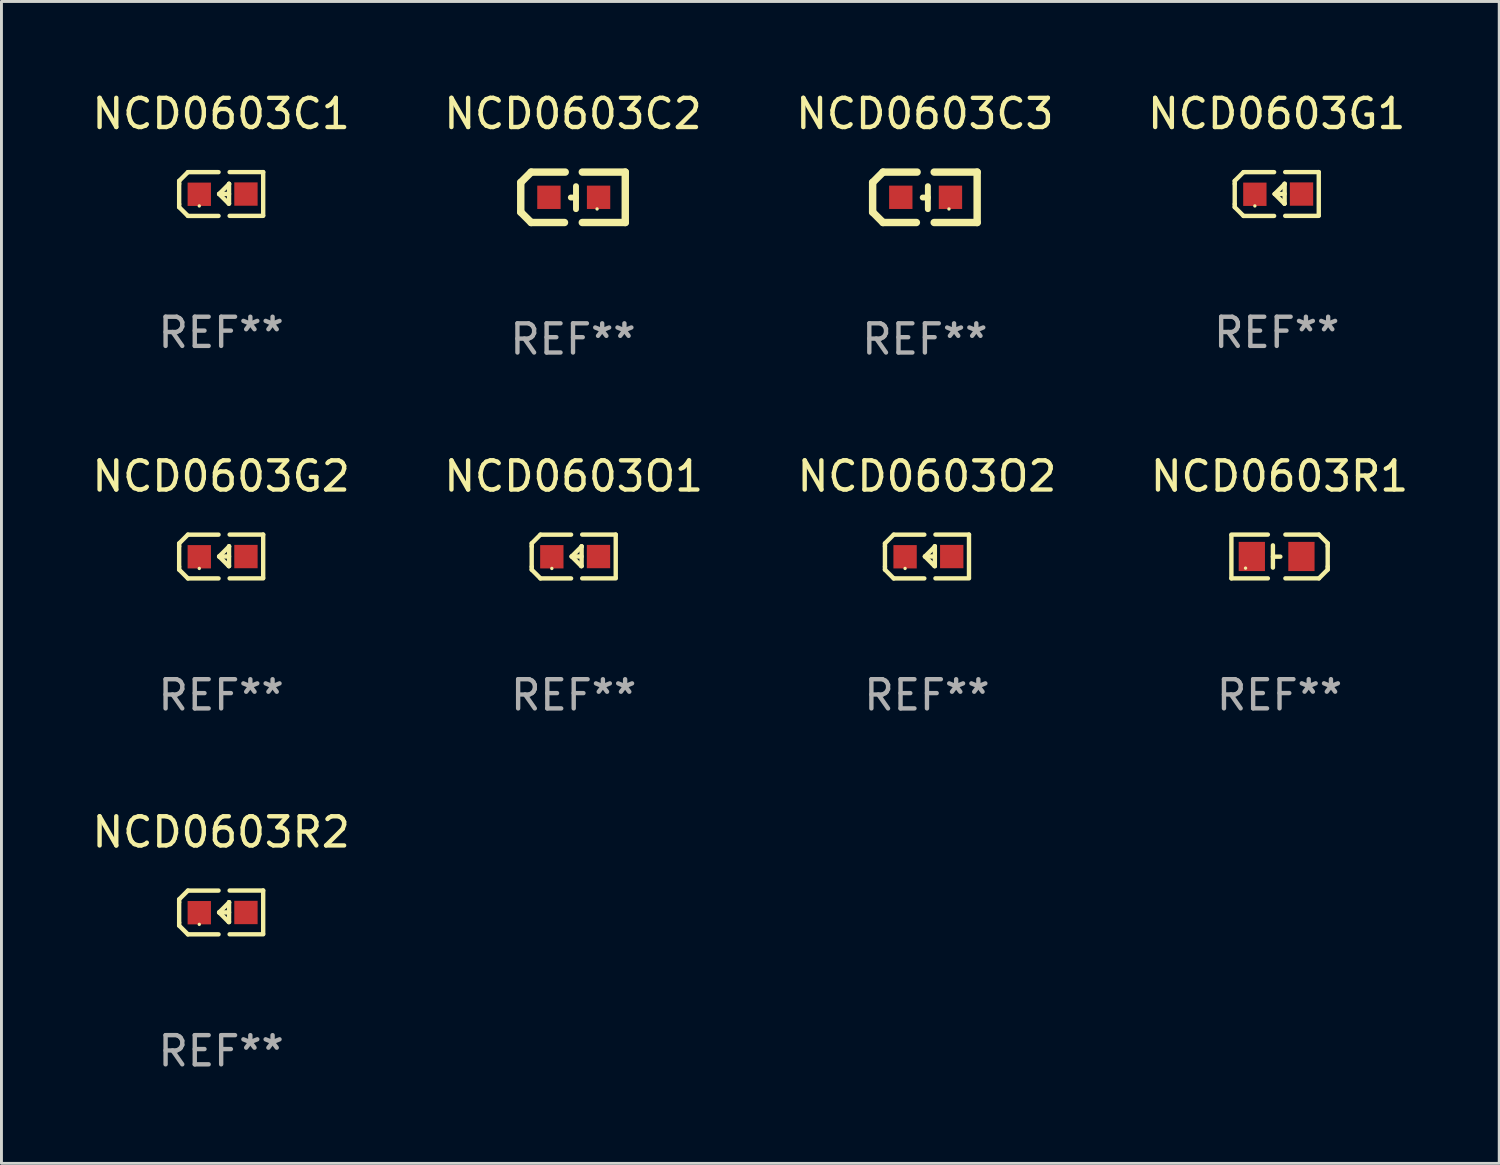
<source format=kicad_pcb>
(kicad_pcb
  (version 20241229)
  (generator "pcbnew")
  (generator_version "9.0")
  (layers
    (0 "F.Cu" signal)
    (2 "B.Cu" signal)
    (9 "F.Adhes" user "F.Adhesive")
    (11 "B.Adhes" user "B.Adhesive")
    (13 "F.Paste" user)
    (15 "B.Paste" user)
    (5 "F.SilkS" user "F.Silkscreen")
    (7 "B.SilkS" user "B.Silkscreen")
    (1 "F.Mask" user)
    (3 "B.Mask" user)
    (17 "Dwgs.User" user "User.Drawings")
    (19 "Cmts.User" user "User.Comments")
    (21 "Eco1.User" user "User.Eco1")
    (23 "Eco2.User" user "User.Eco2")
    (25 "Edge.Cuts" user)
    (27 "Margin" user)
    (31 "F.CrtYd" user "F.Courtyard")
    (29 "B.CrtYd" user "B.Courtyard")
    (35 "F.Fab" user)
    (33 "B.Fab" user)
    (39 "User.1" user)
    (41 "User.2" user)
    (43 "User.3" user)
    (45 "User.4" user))
  (footprint "NCD0603G2"
    (layer "F.Cu")
    (at 4.53 16.023)
    (property "Reference" "NCD0603G2" (at 0 -2.751 0) (layer "F.SilkS") (effects (font (size 1 1) (thickness 0.15))))
    (attr through_hole)
    (fp_line (start -1.44 -0.449) (end -1.14 -0.749) (stroke (width 0.15) (type solid)) (layer "F.SilkS"))
    (fp_line (start -1.44 -0.349) (end -1.44 -0.449) (stroke (width 0.15) (type solid)) (layer "F.SilkS"))
    (fp_line (start -1.44 -0.349) (end -1.44 0.351) (stroke (width 0.15) (type solid)) (layer "F.SilkS"))
    (fp_line (start -1.44 0.351) (end -1.44 0.451) (stroke (width 0.15) (type solid)) (layer "F.SilkS"))
    (fp_line (start -1.44 0.451) (end -1.14 0.751) (stroke (width 0.15) (type solid)) (layer "F.SilkS"))
    (fp_line (start -0.09 -0.749) (end -1.14 -0.749) (stroke (width 0.15) (type solid)) (layer "F.SilkS"))
    (fp_line (start -0.09 0.751) (end -1.14 0.751) (stroke (width 0.15) (type solid)) (layer "F.SilkS"))
    (fp_line (start 0.26 0.329) (end -0.07 -0.001) (stroke (width 0.15) (type solid)) (layer "F.SilkS"))
    (fp_line (start 0.27 -0.351) (end 0.27 -0.341) (stroke (width 0.15) (type solid)) (layer "F.SilkS"))
    (fp_line (start 0.27 -0.351) (end 0.27 0.329) (stroke (width 0.15) (type solid)) (layer "F.SilkS"))
    (fp_line (start 0.27 -0.341) (end -0.07 -0.001) (stroke (width 0.15) (type solid)) (layer "F.SilkS"))
    (fp_line (start 0.27 -0.001) (end -0.07 -0.001) (stroke (width 0.15) (type solid)) (layer "F.SilkS"))
    (fp_line (start 0.27 0.329) (end 0.26 0.329) (stroke (width 0.15) (type solid)) (layer "F.SilkS"))
    (fp_line (start 0.29 -0.751) (end 1.44 -0.751) (stroke (width 0.15) (type solid)) (layer "F.SilkS"))
    (fp_line (start 0.29 0.749) (end 1.44 0.749) (stroke (width 0.15) (type solid)) (layer "F.SilkS"))
    (fp_line (start 1.44 -0.751) (end 1.44 0.729) (stroke (width 0.15) (type solid)) (layer "F.SilkS"))
    (fp_circle (center -0.75 0.409) (end -0.72 0.409) (stroke (width 0.06) (type solid)) (fill no) (layer "F.SilkS"))
    (fp_text user "REF**" (at 0 4.751 0) (layer "F.Fab") (effects (font (size 1 1) (thickness 0.15))))
    (pad "1" smd rect (at -0.75 0.009 90) (size 0.8 0.8) (layers "F.Cu" "F.Mask" "F.Paste"))
    (pad "2" smd rect (at 0.849 0.002 90) (size 0.8 0.8) (layers "F.Cu" "F.Mask" "F.Paste")))
  (footprint "NCD0603G1"
    (layer "F.Cu")
    (at 40.708 3.599)
    (property "Reference" "NCD0603G1" (at 0 -2.751 0) (layer "F.SilkS") (effects (font (size 1 1) (thickness 0.15))))
    (attr through_hole)
    (fp_line (start -1.44 -0.449) (end -1.14 -0.749) (stroke (width 0.15) (type solid)) (layer "F.SilkS"))
    (fp_line (start -1.44 -0.349) (end -1.44 -0.449) (stroke (width 0.15) (type solid)) (layer "F.SilkS"))
    (fp_line (start -1.44 -0.349) (end -1.44 0.351) (stroke (width 0.15) (type solid)) (layer "F.SilkS"))
    (fp_line (start -1.44 0.351) (end -1.44 0.451) (stroke (width 0.15) (type solid)) (layer "F.SilkS"))
    (fp_line (start -1.44 0.451) (end -1.14 0.751) (stroke (width 0.15) (type solid)) (layer "F.SilkS"))
    (fp_line (start -0.09 -0.749) (end -1.14 -0.749) (stroke (width 0.15) (type solid)) (layer "F.SilkS"))
    (fp_line (start -0.09 0.751) (end -1.14 0.751) (stroke (width 0.15) (type solid)) (layer "F.SilkS"))
    (fp_line (start 0.26 0.329) (end -0.07 -0.001) (stroke (width 0.15) (type solid)) (layer "F.SilkS"))
    (fp_line (start 0.27 -0.351) (end 0.27 -0.341) (stroke (width 0.15) (type solid)) (layer "F.SilkS"))
    (fp_line (start 0.27 -0.351) (end 0.27 0.329) (stroke (width 0.15) (type solid)) (layer "F.SilkS"))
    (fp_line (start 0.27 -0.341) (end -0.07 -0.001) (stroke (width 0.15) (type solid)) (layer "F.SilkS"))
    (fp_line (start 0.27 -0.001) (end -0.07 -0.001) (stroke (width 0.15) (type solid)) (layer "F.SilkS"))
    (fp_line (start 0.27 0.329) (end 0.26 0.329) (stroke (width 0.15) (type solid)) (layer "F.SilkS"))
    (fp_line (start 0.29 -0.751) (end 1.44 -0.751) (stroke (width 0.15) (type solid)) (layer "F.SilkS"))
    (fp_line (start 0.29 0.749) (end 1.44 0.749) (stroke (width 0.15) (type solid)) (layer "F.SilkS"))
    (fp_line (start 1.44 -0.751) (end 1.44 0.729) (stroke (width 0.15) (type solid)) (layer "F.SilkS"))
    (fp_circle (center -0.75 0.409) (end -0.72 0.409) (stroke (width 0.06) (type solid)) (fill no) (layer "F.SilkS"))
    (fp_text user "REF**" (at 0 4.751 0) (layer "F.Fab") (effects (font (size 1 1) (thickness 0.15))))
    (pad "1" smd rect (at -0.75 0.009 90) (size 0.8 0.8) (layers "F.Cu" "F.Mask" "F.Paste"))
    (pad "2" smd rect (at 0.849 0.002 90) (size 0.8 0.8) (layers "F.Cu" "F.Mask" "F.Paste")))
  (footprint "NCD0603O2"
    (layer "F.Cu")
    (at 28.72 16.023)
    (property "Reference" "NCD0603O2" (at 0 -2.751 0) (layer "F.SilkS") (effects (font (size 1 1) (thickness 0.15))))
    (attr through_hole)
    (fp_line (start -1.44 -0.449) (end -1.14 -0.749) (stroke (width 0.15) (type solid)) (layer "F.SilkS"))
    (fp_line (start -1.44 -0.349) (end -1.44 -0.449) (stroke (width 0.15) (type solid)) (layer "F.SilkS"))
    (fp_line (start -1.44 -0.349) (end -1.44 0.351) (stroke (width 0.15) (type solid)) (layer "F.SilkS"))
    (fp_line (start -1.44 0.351) (end -1.44 0.451) (stroke (width 0.15) (type solid)) (layer "F.SilkS"))
    (fp_line (start -1.44 0.451) (end -1.14 0.751) (stroke (width 0.15) (type solid)) (layer "F.SilkS"))
    (fp_line (start -0.09 -0.749) (end -1.14 -0.749) (stroke (width 0.15) (type solid)) (layer "F.SilkS"))
    (fp_line (start -0.09 0.751) (end -1.14 0.751) (stroke (width 0.15) (type solid)) (layer "F.SilkS"))
    (fp_line (start 0.26 0.329) (end -0.07 -0.001) (stroke (width 0.15) (type solid)) (layer "F.SilkS"))
    (fp_line (start 0.27 -0.351) (end 0.27 -0.341) (stroke (width 0.15) (type solid)) (layer "F.SilkS"))
    (fp_line (start 0.27 -0.351) (end 0.27 0.329) (stroke (width 0.15) (type solid)) (layer "F.SilkS"))
    (fp_line (start 0.27 -0.341) (end -0.07 -0.001) (stroke (width 0.15) (type solid)) (layer "F.SilkS"))
    (fp_line (start 0.27 -0.001) (end -0.07 -0.001) (stroke (width 0.15) (type solid)) (layer "F.SilkS"))
    (fp_line (start 0.27 0.329) (end 0.26 0.329) (stroke (width 0.15) (type solid)) (layer "F.SilkS"))
    (fp_line (start 0.29 -0.751) (end 1.44 -0.751) (stroke (width 0.15) (type solid)) (layer "F.SilkS"))
    (fp_line (start 0.29 0.749) (end 1.44 0.749) (stroke (width 0.15) (type solid)) (layer "F.SilkS"))
    (fp_line (start 1.44 -0.751) (end 1.44 0.729) (stroke (width 0.15) (type solid)) (layer "F.SilkS"))
    (fp_circle (center -0.75 0.409) (end -0.72 0.409) (stroke (width 0.06) (type solid)) (fill no) (layer "F.SilkS"))
    (fp_text user "REF**" (at 0 4.751 0) (layer "F.Fab") (effects (font (size 1 1) (thickness 0.15))))
    (pad "1" smd rect (at -0.75 0.009 90) (size 0.8 0.8) (layers "F.Cu" "F.Mask" "F.Paste"))
    (pad "2" smd rect (at 0.849 0.002 90) (size 0.8 0.8) (layers "F.Cu" "F.Mask" "F.Paste")))
  (footprint "NCD0603R1"
    (layer "F.Cu")
    (at 40.804 16.022)
    (property "Reference" "NCD0603R1" (at 0 -2.75 0) (layer "F.SilkS") (effects (font (size 1 1) (thickness 0.15))))
    (attr through_hole)
    (fp_line (start -1.65 0.75) (end -1.65 -0.73) (stroke (width 0.15) (type solid)) (layer "F.SilkS"))
    (fp_line (start -0.4 -0.75) (end -1.65 -0.75) (stroke (width 0.15) (type solid)) (layer "F.SilkS"))
    (fp_line (start -0.4 0.75) (end -1.65 0.75) (stroke (width 0.15) (type solid)) (layer "F.SilkS"))
    (fp_line (start -0.227 -0.381) (end -0.227 0.381) (stroke (width 0.15) (type solid)) (layer "F.SilkS"))
    (fp_line (start -0.227 0.006) (end 0.027 0.006) (stroke (width 0.15) (type solid)) (layer "F.SilkS"))
    (fp_line (start 0.2 -0.75) (end 1.35 -0.75) (stroke (width 0.15) (type solid)) (layer "F.SilkS"))
    (fp_line (start 0.2 0.75) (end 1.35 0.75) (stroke (width 0.15) (type solid)) (layer "F.SilkS"))
    (fp_line (start 1.65 -0.45) (end 1.35 -0.75) (stroke (width 0.15) (type solid)) (layer "F.SilkS"))
    (fp_line (start 1.65 -0.35) (end 1.65 -0.45) (stroke (width 0.15) (type solid)) (layer "F.SilkS"))
    (fp_line (start 1.65 0.35) (end 1.65 -0.35) (stroke (width 0.15) (type solid)) (layer "F.SilkS"))
    (fp_line (start 1.65 0.35) (end 1.65 0.45) (stroke (width 0.15) (type solid)) (layer "F.SilkS"))
    (fp_line (start 1.65 0.45) (end 1.35 0.75) (stroke (width 0.15) (type solid)) (layer "F.SilkS"))
    (fp_circle (center -1.165 0.4) (end -1.135 0.4) (stroke (width 0.06) (type solid)) (fill no) (layer "F.SilkS"))
    (fp_text user "REF**" (at 0 4.75 0) (layer "F.Fab") (effects (font (size 1 1) (thickness 0.15))))
    (pad "1" smd rect (at -0.95 0.000025 270) (size 1 0.9) (layers "F.Cu" "F.Mask" "F.Paste"))
    (pad "2" smd rect (at 0.75 0.000025 270) (size 1 0.9) (layers "F.Cu" "F.Mask" "F.Paste")))
  (footprint "NCD0603C2"
    (layer "F.Cu")
    (at 16.589 3.712)
    (property "Reference" "NCD0603C2" (at 0 -2.864 0) (layer "F.SilkS") (effects (font (size 1 1) (thickness 0.15))))
    (attr through_hole)
    (fp_line (start -1.791 -0.508) (end -1.435 -0.864) (stroke (width 0.254) (type solid)) (layer "F.SilkS"))
    (fp_line (start -1.791 0.508) (end -1.791 -0.508) (stroke (width 0.254) (type solid)) (layer "F.SilkS"))
    (fp_line (start -1.435 0.864) (end -1.791 0.508) (stroke (width 0.254) (type solid)) (layer "F.SilkS"))
    (fp_line (start -0.292 0.864) (end -1.435 0.864) (stroke (width 0.254) (type solid)) (layer "F.SilkS"))
    (fp_line (start -0.267 -0.864) (end -1.435 -0.864) (stroke (width 0.254) (type solid)) (layer "F.SilkS"))
    (fp_line (start 0.102 0.008) (end -0.074 0.008) (stroke (width 0.203) (type solid)) (layer "F.SilkS"))
    (fp_line (start 0.102 0.406) (end 0.102 -0.381) (stroke (width 0.203) (type solid)) (layer "F.SilkS"))
    (fp_line (start 1.791 -0.864) (end 0.318 -0.864) (stroke (width 0.254) (type solid)) (layer "F.SilkS"))
    (fp_line (start 1.791 0.864) (end 0.318 0.864) (stroke (width 0.254) (type solid)) (layer "F.SilkS"))
    (fp_line (start 1.791 0.864) (end 1.791 -0.864) (stroke (width 0.254) (type solid)) (layer "F.SilkS"))
    (fp_circle (center 0.825 0.4) (end 0.855 0.4) (stroke (width 0.06) (type solid)) (fill no) (layer "F.SilkS"))
    (fp_text user "REF**" (at 0 4.864 0) (layer "F.Fab") (effects (font (size 1 1) (thickness 0.15))))
    (pad "1" smd rect (at 0.876 0 90) (size 0.8 0.8) (layers "F.Cu" "F.Mask" "F.Paste"))
    (pad "2" smd rect (at -0.826 0 90) (size 0.8 0.8) (layers "F.Cu" "F.Mask" "F.Paste")))
  (footprint "NCD0603C3"
    (layer "F.Cu")
    (at 28.649 3.712)
    (property "Reference" "NCD0603C3" (at 0 -2.864 0) (layer "F.SilkS") (effects (font (size 1 1) (thickness 0.15))))
    (attr through_hole)
    (fp_line (start -1.791 -0.508) (end -1.435 -0.864) (stroke (width 0.254) (type solid)) (layer "F.SilkS"))
    (fp_line (start -1.791 0.508) (end -1.791 -0.508) (stroke (width 0.254) (type solid)) (layer "F.SilkS"))
    (fp_line (start -1.435 0.864) (end -1.791 0.508) (stroke (width 0.254) (type solid)) (layer "F.SilkS"))
    (fp_line (start -0.292 0.864) (end -1.435 0.864) (stroke (width 0.254) (type solid)) (layer "F.SilkS"))
    (fp_line (start -0.267 -0.864) (end -1.435 -0.864) (stroke (width 0.254) (type solid)) (layer "F.SilkS"))
    (fp_line (start 0.102 0.008) (end -0.074 0.008) (stroke (width 0.203) (type solid)) (layer "F.SilkS"))
    (fp_line (start 0.102 0.406) (end 0.102 -0.381) (stroke (width 0.203) (type solid)) (layer "F.SilkS"))
    (fp_line (start 1.791 -0.864) (end 0.318 -0.864) (stroke (width 0.254) (type solid)) (layer "F.SilkS"))
    (fp_line (start 1.791 0.864) (end 0.318 0.864) (stroke (width 0.254) (type solid)) (layer "F.SilkS"))
    (fp_line (start 1.791 0.864) (end 1.791 -0.864) (stroke (width 0.254) (type solid)) (layer "F.SilkS"))
    (fp_circle (center 0.825 0.4) (end 0.855 0.4) (stroke (width 0.06) (type solid)) (fill no) (layer "F.SilkS"))
    (fp_text user "REF**" (at 0 4.864 0) (layer "F.Fab") (effects (font (size 1 1) (thickness 0.15))))
    (pad "1" smd rect (at 0.876 0 90) (size 0.8 0.8) (layers "F.Cu" "F.Mask" "F.Paste"))
    (pad "2" smd rect (at -0.826 0 90) (size 0.8 0.8) (layers "F.Cu" "F.Mask" "F.Paste")))
  (footprint "NCD0603O1"
    (layer "F.Cu")
    (at 16.613 16.023)
    (property "Reference" "NCD0603O1" (at 0 -2.751 0) (layer "F.SilkS") (effects (font (size 1 1) (thickness 0.15))))
    (attr through_hole)
    (fp_line (start -1.44 -0.449) (end -1.14 -0.749) (stroke (width 0.15) (type solid)) (layer "F.SilkS"))
    (fp_line (start -1.44 -0.349) (end -1.44 -0.449) (stroke (width 0.15) (type solid)) (layer "F.SilkS"))
    (fp_line (start -1.44 -0.349) (end -1.44 0.351) (stroke (width 0.15) (type solid)) (layer "F.SilkS"))
    (fp_line (start -1.44 0.351) (end -1.44 0.451) (stroke (width 0.15) (type solid)) (layer "F.SilkS"))
    (fp_line (start -1.44 0.451) (end -1.14 0.751) (stroke (width 0.15) (type solid)) (layer "F.SilkS"))
    (fp_line (start -0.09 -0.749) (end -1.14 -0.749) (stroke (width 0.15) (type solid)) (layer "F.SilkS"))
    (fp_line (start -0.09 0.751) (end -1.14 0.751) (stroke (width 0.15) (type solid)) (layer "F.SilkS"))
    (fp_line (start 0.26 0.329) (end -0.07 -0.001) (stroke (width 0.15) (type solid)) (layer "F.SilkS"))
    (fp_line (start 0.27 -0.351) (end 0.27 -0.341) (stroke (width 0.15) (type solid)) (layer "F.SilkS"))
    (fp_line (start 0.27 -0.351) (end 0.27 0.329) (stroke (width 0.15) (type solid)) (layer "F.SilkS"))
    (fp_line (start 0.27 -0.341) (end -0.07 -0.001) (stroke (width 0.15) (type solid)) (layer "F.SilkS"))
    (fp_line (start 0.27 -0.001) (end -0.07 -0.001) (stroke (width 0.15) (type solid)) (layer "F.SilkS"))
    (fp_line (start 0.27 0.329) (end 0.26 0.329) (stroke (width 0.15) (type solid)) (layer "F.SilkS"))
    (fp_line (start 0.29 -0.751) (end 1.44 -0.751) (stroke (width 0.15) (type solid)) (layer "F.SilkS"))
    (fp_line (start 0.29 0.749) (end 1.44 0.749) (stroke (width 0.15) (type solid)) (layer "F.SilkS"))
    (fp_line (start 1.44 -0.751) (end 1.44 0.729) (stroke (width 0.15) (type solid)) (layer "F.SilkS"))
    (fp_circle (center -0.75 0.409) (end -0.72 0.409) (stroke (width 0.06) (type solid)) (fill no) (layer "F.SilkS"))
    (fp_text user "REF**" (at 0 4.751 0) (layer "F.Fab") (effects (font (size 1 1) (thickness 0.15))))
    (pad "1" smd rect (at -0.75 0.009 90) (size 0.8 0.8) (layers "F.Cu" "F.Mask" "F.Paste"))
    (pad "2" smd rect (at 0.849 0.002 90) (size 0.8 0.8) (layers "F.Cu" "F.Mask" "F.Paste")))
  (footprint "NCD0603C1"
    (layer "F.Cu")
    (at 4.53 3.599)
    (property "Reference" "NCD0603C1" (at 0 -2.751 0) (layer "F.SilkS") (effects (font (size 1 1) (thickness 0.15))))
    (attr through_hole)
    (fp_line (start -1.44 -0.449) (end -1.14 -0.749) (stroke (width 0.15) (type solid)) (layer "F.SilkS"))
    (fp_line (start -1.44 -0.349) (end -1.44 -0.449) (stroke (width 0.15) (type solid)) (layer "F.SilkS"))
    (fp_line (start -1.44 -0.349) (end -1.44 0.351) (stroke (width 0.15) (type solid)) (layer "F.SilkS"))
    (fp_line (start -1.44 0.351) (end -1.44 0.451) (stroke (width 0.15) (type solid)) (layer "F.SilkS"))
    (fp_line (start -1.44 0.451) (end -1.14 0.751) (stroke (width 0.15) (type solid)) (layer "F.SilkS"))
    (fp_line (start -0.09 -0.749) (end -1.14 -0.749) (stroke (width 0.15) (type solid)) (layer "F.SilkS"))
    (fp_line (start -0.09 0.751) (end -1.14 0.751) (stroke (width 0.15) (type solid)) (layer "F.SilkS"))
    (fp_line (start 0.26 0.329) (end -0.07 -0.001) (stroke (width 0.15) (type solid)) (layer "F.SilkS"))
    (fp_line (start 0.27 -0.351) (end 0.27 -0.341) (stroke (width 0.15) (type solid)) (layer "F.SilkS"))
    (fp_line (start 0.27 -0.351) (end 0.27 0.329) (stroke (width 0.15) (type solid)) (layer "F.SilkS"))
    (fp_line (start 0.27 -0.341) (end -0.07 -0.001) (stroke (width 0.15) (type solid)) (layer "F.SilkS"))
    (fp_line (start 0.27 -0.001) (end -0.07 -0.001) (stroke (width 0.15) (type solid)) (layer "F.SilkS"))
    (fp_line (start 0.27 0.329) (end 0.26 0.329) (stroke (width 0.15) (type solid)) (layer "F.SilkS"))
    (fp_line (start 0.29 -0.751) (end 1.44 -0.751) (stroke (width 0.15) (type solid)) (layer "F.SilkS"))
    (fp_line (start 0.29 0.749) (end 1.44 0.749) (stroke (width 0.15) (type solid)) (layer "F.SilkS"))
    (fp_line (start 1.44 -0.751) (end 1.44 0.729) (stroke (width 0.15) (type solid)) (layer "F.SilkS"))
    (fp_circle (center -0.75 0.409) (end -0.72 0.409) (stroke (width 0.06) (type solid)) (fill no) (layer "F.SilkS"))
    (fp_text user "REF**" (at 0 4.751 0) (layer "F.Fab") (effects (font (size 1 1) (thickness 0.15))))
    (pad "1" smd rect (at -0.75 0.009 90) (size 0.8 0.8) (layers "F.Cu" "F.Mask" "F.Paste"))
    (pad "2" smd rect (at 0.849 0.002 90) (size 0.8 0.8) (layers "F.Cu" "F.Mask" "F.Paste")))
  (footprint "NCD0603R2"
    (layer "F.Cu")
    (at 4.53 28.222)
    (property "Reference" "NCD0603R2" (at 0 -2.751 0) (layer "F.SilkS") (effects (font (size 1 1) (thickness 0.15))))
    (attr through_hole)
    (fp_line (start -1.44 -0.449) (end -1.14 -0.749) (stroke (width 0.15) (type solid)) (layer "F.SilkS"))
    (fp_line (start -1.44 -0.349) (end -1.44 -0.449) (stroke (width 0.15) (type solid)) (layer "F.SilkS"))
    (fp_line (start -1.44 -0.349) (end -1.44 0.351) (stroke (width 0.15) (type solid)) (layer "F.SilkS"))
    (fp_line (start -1.44 0.351) (end -1.44 0.451) (stroke (width 0.15) (type solid)) (layer "F.SilkS"))
    (fp_line (start -1.44 0.451) (end -1.14 0.751) (stroke (width 0.15) (type solid)) (layer "F.SilkS"))
    (fp_line (start -0.09 -0.749) (end -1.14 -0.749) (stroke (width 0.15) (type solid)) (layer "F.SilkS"))
    (fp_line (start -0.09 0.751) (end -1.14 0.751) (stroke (width 0.15) (type solid)) (layer "F.SilkS"))
    (fp_line (start 0.26 0.329) (end -0.07 -0.001) (stroke (width 0.15) (type solid)) (layer "F.SilkS"))
    (fp_line (start 0.27 -0.351) (end 0.27 -0.341) (stroke (width 0.15) (type solid)) (layer "F.SilkS"))
    (fp_line (start 0.27 -0.351) (end 0.27 0.329) (stroke (width 0.15) (type solid)) (layer "F.SilkS"))
    (fp_line (start 0.27 -0.341) (end -0.07 -0.001) (stroke (width 0.15) (type solid)) (layer "F.SilkS"))
    (fp_line (start 0.27 -0.001) (end -0.07 -0.001) (stroke (width 0.15) (type solid)) (layer "F.SilkS"))
    (fp_line (start 0.27 0.329) (end 0.26 0.329) (stroke (width 0.15) (type solid)) (layer "F.SilkS"))
    (fp_line (start 0.29 -0.751) (end 1.44 -0.751) (stroke (width 0.15) (type solid)) (layer "F.SilkS"))
    (fp_line (start 0.29 0.749) (end 1.44 0.749) (stroke (width 0.15) (type solid)) (layer "F.SilkS"))
    (fp_line (start 1.44 -0.751) (end 1.44 0.729) (stroke (width 0.15) (type solid)) (layer "F.SilkS"))
    (fp_circle (center -0.75 0.409) (end -0.72 0.409) (stroke (width 0.06) (type solid)) (fill no) (layer "F.SilkS"))
    (fp_text user "REF**" (at 0 4.751 0) (layer "F.Fab") (effects (font (size 1 1) (thickness 0.15))))
    (pad "1" smd rect (at -0.75 0.009 90) (size 0.8 0.8) (layers "F.Cu" "F.Mask" "F.Paste"))
    (pad "2" smd rect (at 0.849 0.002 90) (size 0.8 0.8) (layers "F.Cu" "F.Mask" "F.Paste")))
  (gr_rect
    (start -3 -3)
    (end 48.333 36.822)
    (stroke (width 0.1) (type default))
    (fill no)
    (layer "Edge.Cuts")))
</source>
